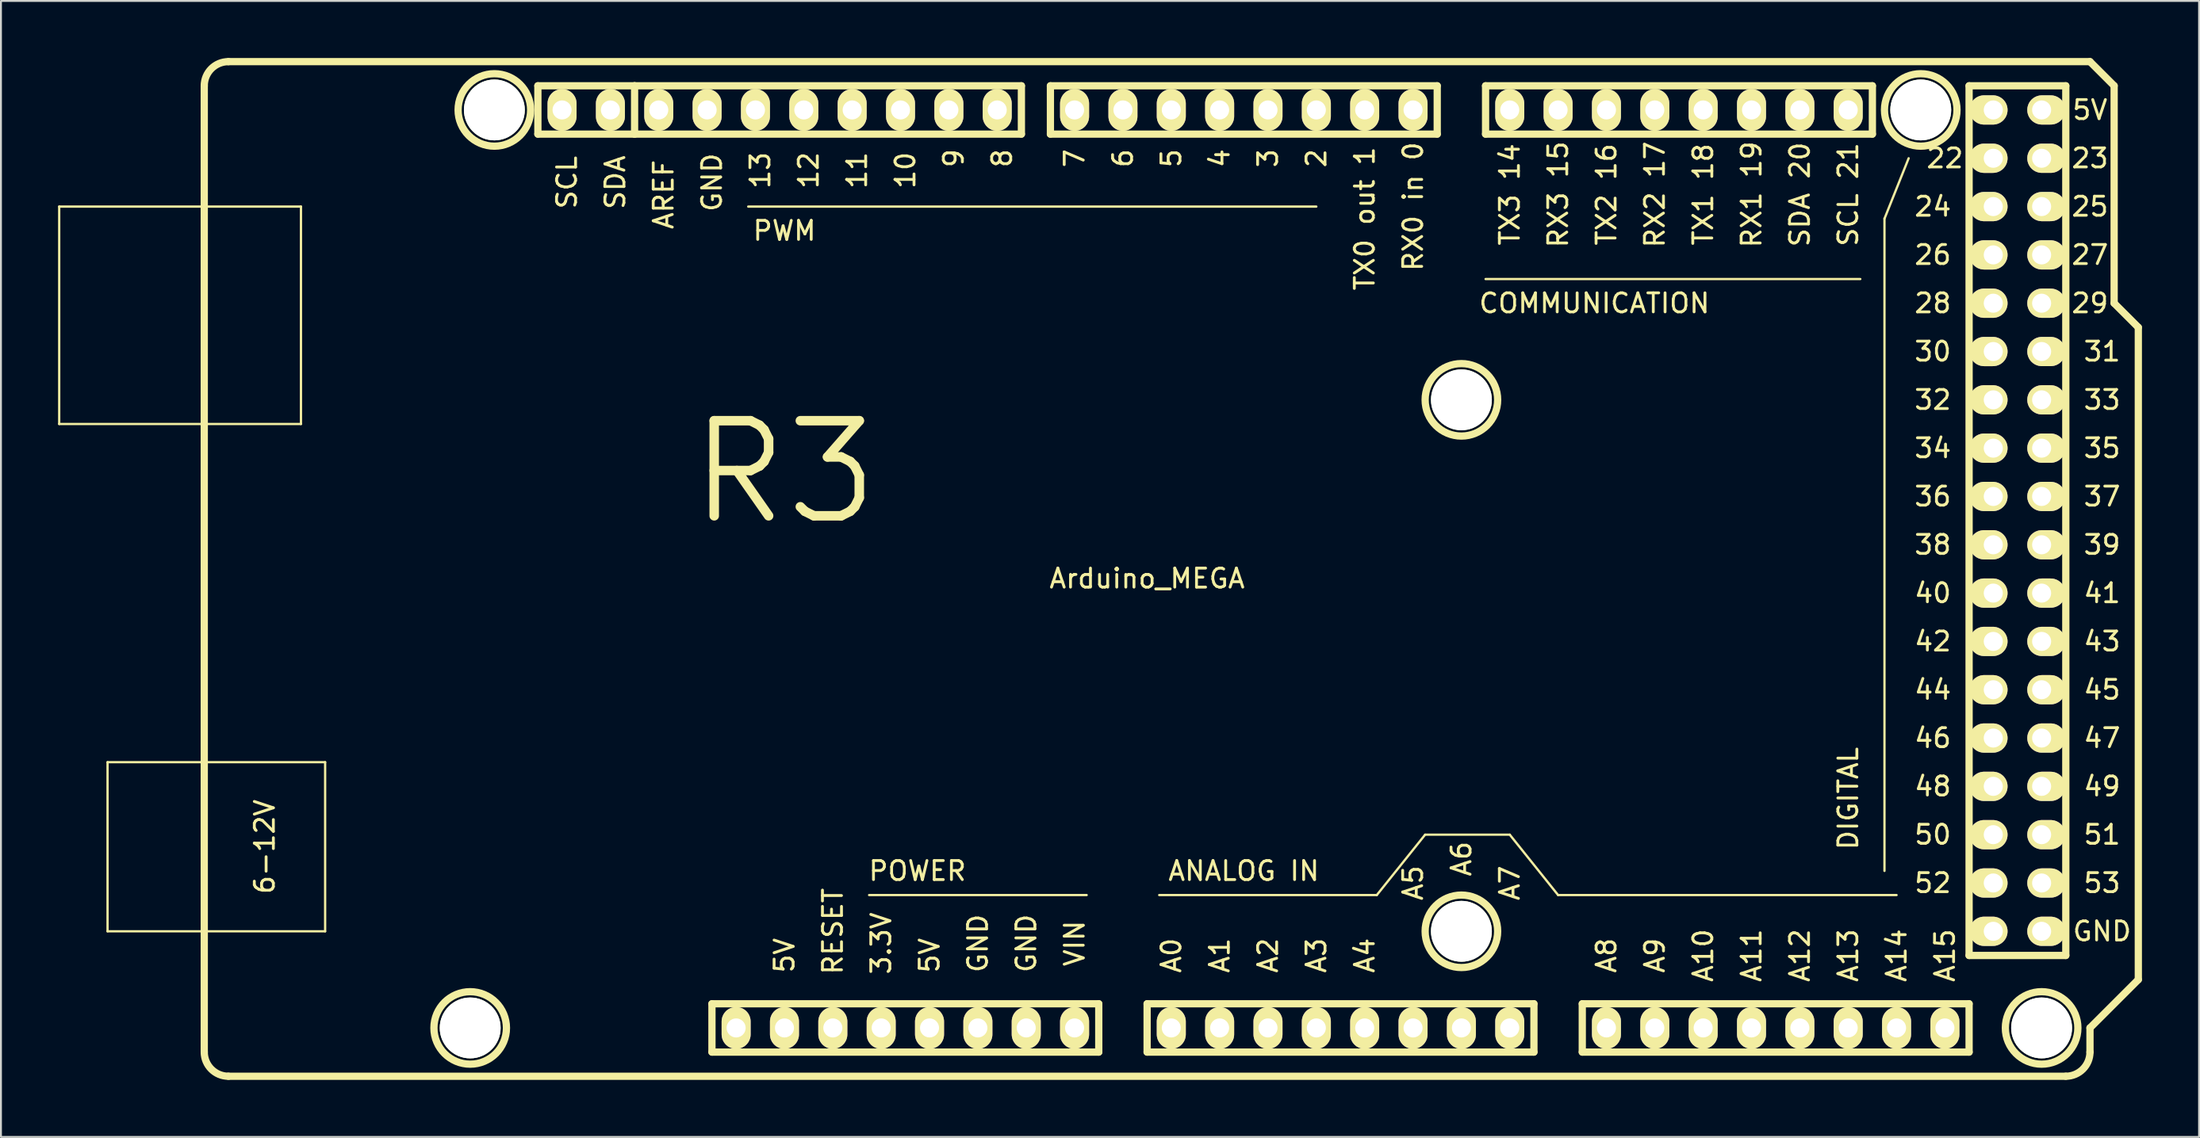
<source format=kicad_pcb>
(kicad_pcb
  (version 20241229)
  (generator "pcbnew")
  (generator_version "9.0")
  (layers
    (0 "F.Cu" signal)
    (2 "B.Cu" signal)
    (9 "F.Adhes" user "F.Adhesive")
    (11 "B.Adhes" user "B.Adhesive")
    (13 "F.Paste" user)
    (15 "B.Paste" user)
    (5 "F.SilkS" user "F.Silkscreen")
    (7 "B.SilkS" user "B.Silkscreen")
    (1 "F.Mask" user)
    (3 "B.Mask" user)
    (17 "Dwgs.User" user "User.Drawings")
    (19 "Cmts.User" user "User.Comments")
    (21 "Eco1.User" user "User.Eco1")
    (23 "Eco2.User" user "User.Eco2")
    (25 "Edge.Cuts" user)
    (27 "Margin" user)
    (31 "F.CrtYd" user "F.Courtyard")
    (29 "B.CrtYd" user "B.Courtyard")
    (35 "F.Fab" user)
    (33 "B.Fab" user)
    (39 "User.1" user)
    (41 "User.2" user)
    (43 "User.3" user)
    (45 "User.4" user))
  (footprint "Arduino_MEGA"
    (layer "F.Cu")
    (at 57.21 26.86)
    (property "Reference" "Arduino_MEGA" (at 0 0.5 0) (layer "F.SilkS") (effects (font (size 1 1) (thickness 0.15))))
    (attr through_hole)
    (fp_line (start -57.15 -19.05) (end -44.45 -19.05) (stroke (width 0.12) (type solid)) (layer "F.SilkS"))
    (fp_line (start -57.15 -7.62) (end -57.15 -19.05) (stroke (width 0.12) (type solid)) (layer "F.SilkS"))
    (fp_line (start -54.61 10.16) (end -43.18 10.16) (stroke (width 0.12) (type solid)) (layer "F.SilkS"))
    (fp_line (start -54.61 19.05) (end -54.61 10.16) (stroke (width 0.12) (type solid)) (layer "F.SilkS"))
    (fp_line (start -49.53 25.4) (end -49.53 -25.4) (stroke (width 0.381) (type solid)) (layer "F.SilkS"))
    (fp_line (start -48.26 -26.67) (end 49.53 -26.67) (stroke (width 0.381) (type solid)) (layer "F.SilkS"))
    (fp_line (start -48.26 26.67) (end 48.26 26.67) (stroke (width 0.381) (type solid)) (layer "F.SilkS"))
    (fp_line (start -44.45 -19.05) (end -44.45 -7.62) (stroke (width 0.12) (type solid)) (layer "F.SilkS"))
    (fp_line (start -44.45 -7.62) (end -57.15 -7.62) (stroke (width 0.12) (type solid)) (layer "F.SilkS"))
    (fp_line (start -43.18 10.16) (end -43.18 19.05) (stroke (width 0.12) (type solid)) (layer "F.SilkS"))
    (fp_line (start -43.18 19.05) (end -54.61 19.05) (stroke (width 0.12) (type solid)) (layer "F.SilkS"))
    (fp_line (start -32.004 -25.4) (end -32.004 -22.86) (stroke (width 0.381) (type solid)) (layer "F.SilkS"))
    (fp_line (start -32.004 -22.86) (end -26.924 -22.86) (stroke (width 0.381) (type solid)) (layer "F.SilkS"))
    (fp_line (start -26.924 -25.4) (end -32.004 -25.4) (stroke (width 0.381) (type solid)) (layer "F.SilkS"))
    (fp_line (start -26.924 -22.86) (end -26.924 -25.4) (stroke (width 0.381) (type solid)) (layer "F.SilkS"))
    (fp_line (start -22.86 25.4) (end -22.86 22.86) (stroke (width 0.381) (type solid)) (layer "F.SilkS"))
    (fp_line (start -22.86 25.4) (end -2.54 25.4) (stroke (width 0.381) (type solid)) (layer "F.SilkS"))
    (fp_line (start -14.605 17.145) (end -3.175 17.145) (stroke (width 0.12) (type solid)) (layer "F.SilkS"))
    (fp_line (start -6.604 -25.4) (end -26.924 -25.4) (stroke (width 0.381) (type solid)) (layer "F.SilkS"))
    (fp_line (start -6.604 -22.86) (end -26.924 -22.86) (stroke (width 0.381) (type solid)) (layer "F.SilkS"))
    (fp_line (start -6.604 -22.86) (end -6.604 -25.4) (stroke (width 0.381) (type solid)) (layer "F.SilkS"))
    (fp_line (start -5.08 -25.4) (end 15.24 -25.4) (stroke (width 0.381) (type solid)) (layer "F.SilkS"))
    (fp_line (start -5.08 -22.86) (end -5.08 -25.4) (stroke (width 0.381) (type solid)) (layer "F.SilkS"))
    (fp_line (start -2.54 22.86) (end -22.86 22.86) (stroke (width 0.381) (type solid)) (layer "F.SilkS"))
    (fp_line (start -2.54 22.86) (end -2.54 25.4) (stroke (width 0.381) (type solid)) (layer "F.SilkS"))
    (fp_line (start 0 22.86) (end 0 25.4) (stroke (width 0.381) (type solid)) (layer "F.SilkS"))
    (fp_line (start 0 25.4) (end 20.32 25.4) (stroke (width 0.381) (type solid)) (layer "F.SilkS"))
    (fp_line (start 0.635 17.145) (end 12.065 17.145) (stroke (width 0.12) (type solid)) (layer "F.SilkS"))
    (fp_line (start 8.89 -19.05) (end -20.955 -19.05) (stroke (width 0.12) (type solid)) (layer "F.SilkS"))
    (fp_line (start 12.065 17.145) (end 14.605 13.97) (stroke (width 0.12) (type solid)) (layer "F.SilkS"))
    (fp_line (start 14.605 13.97) (end 19.05 13.97) (stroke (width 0.12) (type solid)) (layer "F.SilkS"))
    (fp_line (start 15.24 -25.4) (end 15.24 -22.86) (stroke (width 0.381) (type solid)) (layer "F.SilkS"))
    (fp_line (start 15.24 -22.86) (end -5.08 -22.86) (stroke (width 0.381) (type solid)) (layer "F.SilkS"))
    (fp_line (start 17.78 -25.4) (end 17.78 -22.86) (stroke (width 0.381) (type solid)) (layer "F.SilkS"))
    (fp_line (start 17.78 -22.86) (end 38.1 -22.86) (stroke (width 0.381) (type solid)) (layer "F.SilkS"))
    (fp_line (start 17.78 -15.24) (end 37.465 -15.24) (stroke (width 0.12) (type solid)) (layer "F.SilkS"))
    (fp_line (start 19.05 13.97) (end 21.59 17.145) (stroke (width 0.12) (type solid)) (layer "F.SilkS"))
    (fp_line (start 20.32 22.86) (end 0 22.86) (stroke (width 0.381) (type solid)) (layer "F.SilkS"))
    (fp_line (start 20.32 25.4) (end 20.32 22.86) (stroke (width 0.381) (type solid)) (layer "F.SilkS"))
    (fp_line (start 21.59 17.145) (end 39.37 17.145) (stroke (width 0.12) (type solid)) (layer "F.SilkS"))
    (fp_line (start 22.86 22.86) (end 43.18 22.86) (stroke (width 0.381) (type solid)) (layer "F.SilkS"))
    (fp_line (start 22.86 25.4) (end 22.86 22.86) (stroke (width 0.381) (type solid)) (layer "F.SilkS"))
    (fp_line (start 38.1 -25.4) (end 17.78 -25.4) (stroke (width 0.381) (type solid)) (layer "F.SilkS"))
    (fp_line (start 38.1 -22.86) (end 38.1 -25.4) (stroke (width 0.381) (type solid)) (layer "F.SilkS"))
    (fp_line (start 38.735 15.875) (end 38.735 -18.415) (stroke (width 0.12) (type solid)) (layer "F.SilkS"))
    (fp_line (start 40.005 -21.59) (end 38.735 -18.415) (stroke (width 0.12) (type solid)) (layer "F.SilkS"))
    (fp_line (start 43.18 -25.4) (end 43.18 20.32) (stroke (width 0.381) (type solid)) (layer "F.SilkS"))
    (fp_line (start 43.18 20.32) (end 48.26 20.32) (stroke (width 0.381) (type solid)) (layer "F.SilkS"))
    (fp_line (start 43.18 22.86) (end 43.18 25.4) (stroke (width 0.381) (type solid)) (layer "F.SilkS"))
    (fp_line (start 43.18 25.4) (end 22.86 25.4) (stroke (width 0.381) (type solid)) (layer "F.SilkS"))
    (fp_line (start 48.26 -25.4) (end 43.18 -25.4) (stroke (width 0.381) (type solid)) (layer "F.SilkS"))
    (fp_line (start 48.26 20.32) (end 48.26 -25.4) (stroke (width 0.381) (type solid)) (layer "F.SilkS"))
    (fp_line (start 49.53 -26.67) (end 50.8 -25.4) (stroke (width 0.381) (type solid)) (layer "F.SilkS"))
    (fp_line (start 49.53 24.13) (end 49.53 25.4) (stroke (width 0.381) (type solid)) (layer "F.SilkS"))
    (fp_line (start 50.8 -25.4) (end 50.8 -13.97) (stroke (width 0.381) (type solid)) (layer "F.SilkS"))
    (fp_line (start 50.8 -13.97) (end 52.07 -12.7) (stroke (width 0.381) (type solid)) (layer "F.SilkS"))
    (fp_line (start 52.07 -12.7) (end 52.07 21.59) (stroke (width 0.381) (type solid)) (layer "F.SilkS"))
    (fp_line (start 52.07 21.59) (end 49.53 24.13) (stroke (width 0.381) (type solid)) (layer "F.SilkS"))
    (fp_arc (start -49.53 -25.4) (mid -49.158026 -26.298026) (end -48.26 -26.67) (stroke (width 0.381) (type solid)) (layer "F.SilkS"))
    (fp_arc (start -48.26 26.67) (mid -49.158026 26.298026) (end -49.53 25.4) (stroke (width 0.381) (type solid)) (layer "F.SilkS"))
    (fp_arc (start 49.53 25.4) (mid 49.158026 26.298026) (end 48.26 26.67) (stroke (width 0.381) (type solid)) (layer "F.SilkS"))
    (fp_circle (center -35.56 24.13) (end -33.655 24.13) (stroke (width 0.381) (type solid)) (fill no) (layer "F.SilkS"))
    (fp_circle (center -34.29 -24.13) (end -32.385 -24.13) (stroke (width 0.381) (type solid)) (fill no) (layer "F.SilkS"))
    (fp_circle (center 16.51 -8.89) (end 18.415 -8.89) (stroke (width 0.381) (type solid)) (fill no) (layer "F.SilkS"))
    (fp_circle (center 16.51 19.05) (end 18.415 19.05) (stroke (width 0.381) (type solid)) (fill no) (layer "F.SilkS"))
    (fp_circle (center 40.64 -24.13) (end 42.545 -24.13) (stroke (width 0.381) (type solid)) (fill no) (layer "F.SilkS"))
    (fp_circle (center 46.99 24.13) (end 48.895 24.13) (stroke (width 0.381) (type solid)) (fill no) (layer "F.SilkS"))
    (fp_text user "3" (at 6.35 -21.59 90) (layer "F.SilkS") (effects (font (size 1 1) (thickness 0.15))))
    (fp_text user "A14" (at 39.37 20.32 90) (layer "F.SilkS") (effects (font (size 1 1) (thickness 0.15))))
    (fp_text user "TX3 14" (at 19.05 -19.685 90) (layer "F.SilkS") (effects (font (size 1 1) (thickness 0.15))))
    (fp_text user "5V" (at -19.05 20.32 90) (layer "F.SilkS") (effects (font (size 1 1) (thickness 0.15))))
    (fp_text user "22" (at 41.91 -21.59 0) (layer "F.SilkS") (effects (font (size 1 1) (thickness 0.15))))
    (fp_text user "GND" (at -6.35 19.685 90) (layer "F.SilkS") (effects (font (size 1 1) (thickness 0.15))))
    (fp_text user "33" (at 50.165 -8.89 0) (layer "F.SilkS") (effects (font (size 1 1) (thickness 0.15))))
    (fp_text user "A15" (at 41.91 20.32 90) (layer "F.SilkS") (effects (font (size 1 1) (thickness 0.15))))
    (fp_text user "A8" (at 24.13 20.32 90) (layer "F.SilkS") (effects (font (size 1 1) (thickness 0.15))))
    (fp_text user "6" (at -1.27 -21.59 90) (layer "F.SilkS") (effects (font (size 1 1) (thickness 0.15))))
    (fp_text user "3.3V" (at -13.97 19.685 90) (layer "F.SilkS") (effects (font (size 1 1) (thickness 0.15))))
    (fp_text user "47" (at 50.165 8.89 0) (layer "F.SilkS") (effects (font (size 1 1) (thickness 0.15))))
    (fp_text user "5" (at 1.27 -21.59 90) (layer "F.SilkS") (effects (font (size 1 1) (thickness 0.15))))
    (fp_text user "SDA" (at -27.94 -20.32 90) (layer "F.SilkS") (effects (font (size 1 1) (thickness 0.15))))
    (fp_text user "POWER" (at -12.065 15.875 0) (layer "F.SilkS") (effects (font (size 1 1) (thickness 0.15))))
    (fp_text user "24" (at 41.275 -19.05 0) (layer "F.SilkS") (effects (font (size 1 1) (thickness 0.15))))
    (fp_text user "A5" (at 13.97 16.51 90) (layer "F.SilkS") (effects (font (size 1 1) (thickness 0.15))))
    (fp_text user "DIGITAL" (at 36.83 12.065 90) (layer "F.SilkS") (effects (font (size 1 1) (thickness 0.15))))
    (fp_text user "A1" (at 3.81 20.32 90) (layer "F.SilkS") (effects (font (size 1 1) (thickness 0.15))))
    (fp_text user "5V" (at 49.53 -24.13 0) (layer "F.SilkS") (effects (font (size 1 1) (thickness 0.15))))
    (fp_text user "8" (at -7.62 -21.59 90) (layer "F.SilkS") (effects (font (size 1 1) (thickness 0.15))))
    (fp_text user "A11" (at 31.75 20.32 90) (layer "F.SilkS") (effects (font (size 1 1) (thickness 0.15))))
    (fp_text user "11" (at -15.24 -20.955 90) (layer "F.SilkS") (effects (font (size 1 1) (thickness 0.15))))
    (fp_text user "RESET" (at -16.51 19.05 90) (layer "F.SilkS") (effects (font (size 1 1) (thickness 0.15))))
    (fp_text user "37" (at 50.165 -3.81 0) (layer "F.SilkS") (effects (font (size 1 1) (thickness 0.15))))
    (fp_text user "26" (at 41.275 -16.51 0) (layer "F.SilkS") (effects (font (size 1 1) (thickness 0.15))))
    (fp_text user "42" (at 41.275 3.81 0) (layer "F.SilkS") (effects (font (size 1 1) (thickness 0.15))))
    (fp_text user "TX1 18" (at 29.21 -19.685 90) (layer "F.SilkS") (effects (font (size 1 1) (thickness 0.15))))
    (fp_text user "GND" (at -8.89 19.685 90) (layer "F.SilkS") (effects (font (size 1 1) (thickness 0.15))))
    (fp_text user "A7" (at 19.05 16.51 90) (layer "F.SilkS") (effects (font (size 1 1) (thickness 0.15))))
    (fp_text user "A2" (at 6.35 20.32 90) (layer "F.SilkS") (effects (font (size 1 1) (thickness 0.15))))
    (fp_text user "39" (at 50.165 -1.27 0) (layer "F.SilkS") (effects (font (size 1 1) (thickness 0.15))))
    (fp_text user "9" (at -10.16 -21.59 90) (layer "F.SilkS") (effects (font (size 1 1) (thickness 0.15))))
    (fp_text user "48" (at 41.275 11.43 0) (layer "F.SilkS") (effects (font (size 1 1) (thickness 0.15))))
    (fp_text user "4" (at 3.81 -21.59 90) (layer "F.SilkS") (effects (font (size 1 1) (thickness 0.15))))
    (fp_text user "R3" (at -19.05 -5.08 0) (layer "F.SilkS") (effects (font (size 5 5) (thickness 0.5))))
    (fp_text user "32" (at 41.275 -8.89 0) (layer "F.SilkS") (effects (font (size 1 1) (thickness 0.15))))
    (fp_text user "27" (at 49.53 -16.51 0) (layer "F.SilkS") (effects (font (size 1 1) (thickness 0.15))))
    (fp_text user "ANALOG IN" (at 5.08 15.875 0) (layer "F.SilkS") (effects (font (size 1 1) (thickness 0.15))))
    (fp_text user "44" (at 41.275 6.35 0) (layer "F.SilkS") (effects (font (size 1 1) (thickness 0.15))))
    (fp_text user "49" (at 50.165 11.43 0) (layer "F.SilkS") (effects (font (size 1 1) (thickness 0.15))))
    (fp_text user "TX0 out 1" (at 11.43 -18.415 90) (layer "F.SilkS") (effects (font (size 1 1) (thickness 0.15))))
    (fp_text user "RX0 in 0" (at 13.97 -19.05 90) (layer "F.SilkS") (effects (font (size 1 1) (thickness 0.15))))
    (fp_text user "12" (at -17.78 -20.955 90) (layer "F.SilkS") (effects (font (size 1 1) (thickness 0.15))))
    (fp_text user "40" (at 41.275 1.27 0) (layer "F.SilkS") (effects (font (size 1 1) (thickness 0.15))))
    (fp_text user "SCL 21" (at 36.83 -19.685 90) (layer "F.SilkS") (effects (font (size 1 1) (thickness 0.15))))
    (fp_text user "A4" (at 11.43 20.32 90) (layer "F.SilkS") (effects (font (size 1 1) (thickness 0.15))))
    (fp_text user "A10" (at 29.21 20.32 90) (layer "F.SilkS") (effects (font (size 1 1) (thickness 0.15))))
    (fp_text user "PWM" (at -19.05 -17.78 0) (layer "F.SilkS") (effects (font (size 1 1) (thickness 0.15))))
    (fp_text user "VIN" (at -3.81 19.685 90) (layer "F.SilkS") (effects (font (size 1 1) (thickness 0.15))))
    (fp_text user "36" (at 41.275 -3.81 0) (layer "F.SilkS") (effects (font (size 1 1) (thickness 0.15))))
    (fp_text user "10" (at -12.7 -20.955 90) (layer "F.SilkS") (effects (font (size 1 1) (thickness 0.15))))
    (fp_text user "13" (at -20.32 -20.955 90) (layer "F.SilkS") (effects (font (size 1 1) (thickness 0.15))))
    (fp_text user "A3" (at 8.89 20.32 90) (layer "F.SilkS") (effects (font (size 1 1) (thickness 0.15))))
    (fp_text user "38" (at 41.275 -1.27 0) (layer "F.SilkS") (effects (font (size 1 1) (thickness 0.15))))
    (fp_text user "A9" (at 26.67 20.32 90) (layer "F.SilkS") (effects (font (size 1 1) (thickness 0.15))))
    (fp_text user "SDA 20" (at 34.29 -19.685 90) (layer "F.SilkS") (effects (font (size 1 1) (thickness 0.15))))
    (fp_text user "35" (at 50.165 -6.35 0) (layer "F.SilkS") (effects (font (size 1 1) (thickness 0.15))))
    (fp_text user "AREF" (at -25.4 -19.685 90) (layer "F.SilkS") (effects (font (size 1 1) (thickness 0.15))))
    (fp_text user "34" (at 41.275 -6.35 0) (layer "F.SilkS") (effects (font (size 1 1) (thickness 0.15))))
    (fp_text user "51" (at 50.165 13.97 0) (layer "F.SilkS") (effects (font (size 1 1) (thickness 0.15))))
    (fp_text user "RX3 15" (at 21.59 -19.685 90) (layer "F.SilkS") (effects (font (size 1 1) (thickness 0.15))))
    (fp_text user "5V" (at -11.43 20.32 90) (layer "F.SilkS") (effects (font (size 1 1) (thickness 0.15))))
    (fp_text user "52" (at 41.275 16.51 0) (layer "F.SilkS") (effects (font (size 1 1) (thickness 0.15))))
    (fp_text user "A0" (at 1.27 20.32 90) (layer "F.SilkS") (effects (font (size 1 1) (thickness 0.15))))
    (fp_text user "7" (at -3.81 -21.59 90) (layer "F.SilkS") (effects (font (size 1 1) (thickness 0.15))))
    (fp_text user "6-12V" (at -46.355 14.605 90) (layer "F.SilkS") (effects (font (size 1 1) (thickness 0.15))))
    (fp_text user "23" (at 49.53 -21.59 0) (layer "F.SilkS") (effects (font (size 1 1) (thickness 0.15))))
    (fp_text user "GND" (at 50.165 19.05 0) (layer "F.SilkS") (effects (font (size 1 1) (thickness 0.15))))
    (fp_text user "28" (at 41.275 -13.97 0) (layer "F.SilkS") (effects (font (size 1 1) (thickness 0.15))))
    (fp_text user "SCL" (at -30.48 -20.32 90) (layer "F.SilkS") (effects (font (size 1 1) (thickness 0.15))))
    (fp_text user "RX1 19" (at 31.75 -19.685 90) (layer "F.SilkS") (effects (font (size 1 1) (thickness 0.15))))
    (fp_text user "A13" (at 36.83 20.32 90) (layer "F.SilkS") (effects (font (size 1 1) (thickness 0.15))))
    (fp_text user "30" (at 41.275 -11.43 0) (layer "F.SilkS") (effects (font (size 1 1) (thickness 0.15))))
    (fp_text user "43" (at 50.165 3.81 0) (layer "F.SilkS") (effects (font (size 1 1) (thickness 0.15))))
    (fp_text user "RX2 17" (at 26.67 -19.685 90) (layer "F.SilkS") (effects (font (size 1 1) (thickness 0.15))))
    (fp_text user "50" (at 41.275 13.97 0) (layer "F.SilkS") (effects (font (size 1 1) (thickness 0.15))))
    (fp_text user "2" (at 8.89 -21.59 90) (layer "F.SilkS") (effects (font (size 1 1) (thickness 0.15))))
    (fp_text user "A12" (at 34.29 20.32 90) (layer "F.SilkS") (effects (font (size 1 1) (thickness 0.15))))
    (fp_text user "45" (at 50.165 6.35 0) (layer "F.SilkS") (effects (font (size 1 1) (thickness 0.15))))
    (fp_text user "TX2 16" (at 24.13 -19.685 90) (layer "F.SilkS") (effects (font (size 1 1) (thickness 0.15))))
    (fp_text user "25" (at 49.53 -19.05 0) (layer "F.SilkS") (effects (font (size 1 1) (thickness 0.15))))
    (fp_text user "29" (at 49.53 -13.97 0) (layer "F.SilkS") (effects (font (size 1 1) (thickness 0.15))))
    (fp_text user "46" (at 41.275 8.89 0) (layer "F.SilkS") (effects (font (size 1 1) (thickness 0.15))))
    (fp_text user "GND" (at -22.86 -20.32 90) (layer "F.SilkS") (effects (font (size 1 1) (thickness 0.15))))
    (fp_text user "53" (at 50.165 16.51 0) (layer "F.SilkS") (effects (font (size 1 1) (thickness 0.15))))
    (fp_text user "41" (at 50.165 1.27 0) (layer "F.SilkS") (effects (font (size 1 1) (thickness 0.15))))
    (fp_text user "A6" (at 16.51 15.24 90) (layer "F.SilkS") (effects (font (size 1 1) (thickness 0.15))))
    (fp_text user "31" (at 50.165 -11.43 0) (layer "F.SilkS") (effects (font (size 1 1) (thickness 0.15))))
    (fp_text user "COMMUNICATION" (at 23.495 -13.97 0) (layer "F.SilkS") (effects (font (size 1 1) (thickness 0.15))))
    (pad "" np_thru_hole circle (at -35.56 24.13) (size 3.198 3.198) (drill 3.198) (layers "*.Cu" "*.Mask" "F.SilkS"))
    (pad "" np_thru_hole circle (at -34.29 -24.13) (size 3.198 3.198) (drill 3.198) (layers "*.Cu" "*.Mask" "F.SilkS"))
    (pad "" np_thru_hole circle (at 16.51 -8.89) (size 3.198 3.198) (drill 3.198) (layers "*.Cu" "*.Mask" "F.SilkS"))
    (pad "" np_thru_hole circle (at 16.51 19.05) (size 3.198 3.198) (drill 3.198) (layers "*.Cu" "*.Mask" "F.SilkS"))
    (pad "" np_thru_hole circle (at 40.64 -24.13) (size 3.198 3.198) (drill 3.198) (layers "*.Cu" "*.Mask" "F.SilkS"))
    (pad "" np_thru_hole circle (at 46.99 24.13) (size 3.198 3.198) (drill 3.198) (layers "*.Cu" "*.Mask" "F.SilkS"))
    (pad "1" thru_hole oval (at -21.59 24.13) (size 1.524 2.2) (drill 1.001) (layers "*.Cu" "*.Mask" "F.SilkS"))
    (pad "2" thru_hole oval (at -19.05 24.13) (size 1.524 2.2) (drill 1.001) (layers "*.Cu" "*.Mask" "F.SilkS"))
    (pad "3" thru_hole oval (at -16.51 24.13) (size 1.524 2.2) (drill 1.001) (layers "*.Cu" "*.Mask" "F.SilkS"))
    (pad "4" thru_hole oval (at -13.97 24.13) (size 1.524 2.2) (drill 1.001) (layers "*.Cu" "*.Mask" "F.SilkS"))
    (pad "5" thru_hole oval (at -11.43 24.13) (size 1.524 2.2) (drill 1.001) (layers "*.Cu" "*.Mask" "F.SilkS"))
    (pad "6" thru_hole oval (at -8.89 24.13) (size 1.524 2.2) (drill 1.001) (layers "*.Cu" "*.Mask" "F.SilkS"))
    (pad "7" thru_hole oval (at -6.35 24.13) (size 1.524 2.2) (drill 1.001) (layers "*.Cu" "*.Mask" "F.SilkS"))
    (pad "8" thru_hole oval (at -3.81 24.13) (size 1.524 2.2) (drill 1.001) (layers "*.Cu" "*.Mask" "F.SilkS"))
    (pad "9" thru_hole oval (at 1.27 24.13) (size 1.524 2.2) (drill 1.001) (layers "*.Cu" "*.Mask" "F.SilkS"))
    (pad "10" thru_hole oval (at 3.81 24.13) (size 1.524 2.2) (drill 1.001) (layers "*.Cu" "*.Mask" "F.SilkS"))
    (pad "11" thru_hole oval (at 6.35 24.13) (size 1.524 2.2) (drill 1.001) (layers "*.Cu" "*.Mask" "F.SilkS"))
    (pad "12" thru_hole oval (at 8.89 24.13) (size 1.524 2.2) (drill 1.001) (layers "*.Cu" "*.Mask" "F.SilkS"))
    (pad "13" thru_hole oval (at 11.43 24.13) (size 1.524 2.2) (drill 1.001) (layers "*.Cu" "*.Mask" "F.SilkS"))
    (pad "14" thru_hole oval (at 13.97 24.13) (size 1.524 2.2) (drill 1.001) (layers "*.Cu" "*.Mask" "F.SilkS"))
    (pad "15" thru_hole oval (at 16.51 24.13) (size 1.524 2.2) (drill 1.001) (layers "*.Cu" "*.Mask" "F.SilkS"))
    (pad "16" thru_hole oval (at 19.05 24.13) (size 1.524 2.2) (drill 1.001) (layers "*.Cu" "*.Mask" "F.SilkS"))
    (pad "17" thru_hole oval (at 24.13 24.13) (size 1.524 2.2) (drill 1.001) (layers "*.Cu" "*.Mask" "F.SilkS"))
    (pad "18" thru_hole oval (at 26.67 24.13) (size 1.524 2.2) (drill 1.001) (layers "*.Cu" "*.Mask" "F.SilkS"))
    (pad "19" thru_hole oval (at 29.21 24.13) (size 1.524 2.2) (drill 1.001) (layers "*.Cu" "*.Mask" "F.SilkS"))
    (pad "20" thru_hole oval (at 31.75 24.13) (size 1.524 2.197) (drill 1.001) (layers "*.Cu" "*.Mask" "F.SilkS"))
    (pad "21" thru_hole oval (at 34.29 24.13) (size 1.524 2.197) (drill 1.001) (layers "*.Cu" "*.Mask" "F.SilkS"))
    (pad "22" thru_hole oval (at 36.83 24.13) (size 1.524 2.197) (drill 1.001) (layers "*.Cu" "*.Mask" "F.SilkS"))
    (pad "23" thru_hole oval (at 39.37 24.13) (size 1.524 2.197) (drill 1.001) (layers "*.Cu" "*.Mask" "F.SilkS"))
    (pad "24" thru_hole oval (at 41.91 24.13) (size 1.524 2.197) (drill 1.001) (layers "*.Cu" "*.Mask" "F.SilkS"))
    (pad "25" thru_hole oval (at 44.45 19.05) (size 1.999 1.539) (drill 1.001 (offset -0.249 0)) (layers "*.Cu" "*.Mask" "F.SilkS"))
    (pad "26" thru_hole oval (at 44.45 16.51) (size 1.999 1.539) (drill 1.001 (offset -0.249 0)) (layers "*.Cu" "*.Mask" "F.SilkS"))
    (pad "27" thru_hole oval (at 44.45 13.97) (size 1.999 1.539) (drill 1.001 (offset -0.249 0)) (layers "*.Cu" "*.Mask" "F.SilkS"))
    (pad "28" thru_hole oval (at 44.45 11.43) (size 1.999 1.539) (drill 1.001 (offset -0.249 0)) (layers "*.Cu" "*.Mask" "F.SilkS"))
    (pad "29" thru_hole oval (at 44.45 8.89) (size 1.999 1.539) (drill 1.001 (offset -0.249 0)) (layers "*.Cu" "*.Mask" "F.SilkS"))
    (pad "30" thru_hole oval (at 44.45 6.35) (size 1.999 1.539) (drill 1.001 (offset -0.249 0)) (layers "*.Cu" "*.Mask" "F.SilkS"))
    (pad "31" thru_hole oval (at 44.45 3.81) (size 1.999 1.539) (drill 1.001 (offset -0.249 0)) (layers "*.Cu" "*.Mask" "F.SilkS"))
    (pad "32" thru_hole oval (at 44.45 1.27) (size 1.999 1.539) (drill 1.001 (offset -0.249 0)) (layers "*.Cu" "*.Mask" "F.SilkS"))
    (pad "33" thru_hole oval (at 44.45 -1.27) (size 1.999 1.539) (drill 1.001 (offset -0.249 0)) (layers "*.Cu" "*.Mask" "F.SilkS"))
    (pad "34" thru_hole oval (at 44.45 -3.81) (size 1.999 1.539) (drill 1.001 (offset -0.249 0)) (layers "*.Cu" "*.Mask" "F.SilkS"))
    (pad "35" thru_hole oval (at 44.45 -6.35) (size 1.999 1.539) (drill 1.001 (offset -0.249 0)) (layers "*.Cu" "*.Mask" "F.SilkS"))
    (pad "36" thru_hole oval (at 44.45 -8.89) (size 1.999 1.539) (drill 1.001 (offset -0.249 0)) (layers "*.Cu" "*.Mask" "F.SilkS"))
    (pad "37" thru_hole oval (at 44.45 -11.43) (size 1.999 1.539) (drill 1.001 (offset -0.249 0)) (layers "*.Cu" "*.Mask" "F.SilkS"))
    (pad "38" thru_hole oval (at 44.45 -13.97) (size 1.999 1.539) (drill 1.001 (offset -0.249 0)) (layers "*.Cu" "*.Mask" "F.SilkS"))
    (pad "39" thru_hole oval (at 44.45 -16.51) (size 1.999 1.539) (drill 1.001 (offset -0.249 0)) (layers "*.Cu" "*.Mask" "F.SilkS"))
    (pad "40" thru_hole oval (at 44.45 -19.05) (size 1.999 1.539) (drill 1.001 (offset -0.249 0)) (layers "*.Cu" "*.Mask" "F.SilkS"))
    (pad "41" thru_hole oval (at 44.45 -21.59) (size 1.999 1.539) (drill 1.001 (offset -0.249 0)) (layers "*.Cu" "*.Mask" "F.SilkS"))
    (pad "42" thru_hole oval (at 44.45 -24.13) (size 1.999 1.539) (drill 1.001 (offset -0.249 0)) (layers "*.Cu" "*.Mask" "F.SilkS"))
    (pad "43" thru_hole oval (at 46.99 19.05) (size 1.999 1.537) (drill 1.001 (offset 0.246 0)) (layers "*.Cu" "*.Mask" "F.SilkS"))
    (pad "44" thru_hole oval (at 46.99 16.51) (size 1.999 1.537) (drill 1.001 (offset 0.246 0)) (layers "*.Cu" "*.Mask" "F.SilkS"))
    (pad "45" thru_hole oval (at 46.99 13.97) (size 1.999 1.537) (drill 1.001 (offset 0.246 0)) (layers "*.Cu" "*.Mask" "F.SilkS"))
    (pad "46" thru_hole oval (at 46.99 11.43) (size 1.999 1.537) (drill 1.001 (offset 0.246 0)) (layers "*.Cu" "*.Mask" "F.SilkS"))
    (pad "47" thru_hole oval (at 46.99 8.89) (size 1.999 1.537) (drill 1.001 (offset 0.246 0)) (layers "*.Cu" "*.Mask" "F.SilkS"))
    (pad "48" thru_hole oval (at 46.99 6.35) (size 1.999 1.537) (drill 1.001 (offset 0.246 0)) (layers "*.Cu" "*.Mask" "F.SilkS"))
    (pad "49" thru_hole oval (at 46.99 3.81) (size 1.999 1.537) (drill 1.001 (offset 0.246 0)) (layers "*.Cu" "*.Mask" "F.SilkS"))
    (pad "50" thru_hole oval (at 46.99 1.27) (size 1.999 1.537) (drill 1.001 (offset 0.246 0)) (layers "*.Cu" "*.Mask" "F.SilkS"))
    (pad "51" thru_hole oval (at 46.99 -1.27) (size 1.999 1.537) (drill 1.001 (offset 0.246 0)) (layers "*.Cu" "*.Mask" "F.SilkS"))
    (pad "52" thru_hole oval (at 46.99 -3.81) (size 1.999 1.537) (drill 1.001 (offset 0.246 0)) (layers "*.Cu" "*.Mask" "F.SilkS"))
    (pad "53" thru_hole oval (at 46.99 -6.35) (size 1.999 1.537) (drill 1.001 (offset 0.246 0)) (layers "*.Cu" "*.Mask" "F.SilkS"))
    (pad "54" thru_hole oval (at 46.99 -8.89) (size 1.999 1.537) (drill 1.001 (offset 0.246 0)) (layers "*.Cu" "*.Mask" "F.SilkS"))
    (pad "55" thru_hole oval (at 46.99 -11.43) (size 1.999 1.537) (drill 1.001 (offset 0.246 0)) (layers "*.Cu" "*.Mask" "F.SilkS"))
    (pad "56" thru_hole oval (at 46.99 -13.97) (size 1.999 1.537) (drill 1.001 (offset 0.246 0)) (layers "*.Cu" "*.Mask" "F.SilkS"))
    (pad "57" thru_hole oval (at 46.99 -16.51) (size 1.999 1.537) (drill 1.001 (offset 0.246 0)) (layers "*.Cu" "*.Mask" "F.SilkS"))
    (pad "58" thru_hole oval (at 46.99 -19.05) (size 1.999 1.537) (drill 1.001 (offset 0.246 0)) (layers "*.Cu" "*.Mask" "F.SilkS"))
    (pad "59" thru_hole oval (at 46.99 -21.59) (size 1.999 1.537) (drill 1.001 (offset 0.246 0)) (layers "*.Cu" "*.Mask" "F.SilkS"))
    (pad "60" thru_hole oval (at 46.99 -24.13) (size 1.999 1.537) (drill 1.001 (offset 0.246 0)) (layers "*.Cu" "*.Mask" "F.SilkS"))
    (pad "61" thru_hole oval (at 36.83 -24.13) (size 1.524 2.197) (drill 1.001) (layers "*.Cu" "*.Mask" "F.SilkS"))
    (pad "62" thru_hole oval (at 34.29 -24.13) (size 1.524 2.197) (drill 1.001) (layers "*.Cu" "*.Mask" "F.SilkS"))
    (pad "63" thru_hole oval (at 31.75 -24.13) (size 1.524 2.197) (drill 1.001) (layers "*.Cu" "*.Mask" "F.SilkS"))
    (pad "64" thru_hole oval (at 29.21 -24.13) (size 1.524 2.197) (drill 1.001) (layers "*.Cu" "*.Mask" "F.SilkS"))
    (pad "65" thru_hole oval (at 26.67 -24.13) (size 1.524 2.197) (drill 1.001) (layers "*.Cu" "*.Mask" "F.SilkS"))
    (pad "66" thru_hole oval (at 24.13 -24.13) (size 1.524 2.197) (drill 1.001) (layers "*.Cu" "*.Mask" "F.SilkS"))
    (pad "67" thru_hole oval (at 21.59 -24.13) (size 1.524 2.197) (drill 1.001) (layers "*.Cu" "*.Mask" "F.SilkS"))
    (pad "68" thru_hole oval (at 19.05 -24.13) (size 1.524 2.197) (drill 1.001) (layers "*.Cu" "*.Mask" "F.SilkS"))
    (pad "69" thru_hole oval (at 13.97 -24.13) (size 1.524 2.197) (drill 1.001) (layers "*.Cu" "*.Mask" "F.SilkS"))
    (pad "70" thru_hole oval (at 11.43 -24.13) (size 1.524 2.197) (drill 1.001) (layers "*.Cu" "*.Mask" "F.SilkS"))
    (pad "71" thru_hole oval (at 8.89 -24.13) (size 1.524 2.197) (drill 1.001) (layers "*.Cu" "*.Mask" "F.SilkS"))
    (pad "72" thru_hole oval (at 6.35 -24.13) (size 1.524 2.197) (drill 1.001) (layers "*.Cu" "*.Mask" "F.SilkS"))
    (pad "73" thru_hole oval (at 3.81 -24.13) (size 1.524 2.197) (drill 1.001) (layers "*.Cu" "*.Mask" "F.SilkS"))
    (pad "74" thru_hole oval (at 1.27 -24.13) (size 1.524 2.197) (drill 1.001) (layers "*.Cu" "*.Mask" "F.SilkS"))
    (pad "75" thru_hole oval (at -1.27 -24.13) (size 1.524 2.197) (drill 1.001) (layers "*.Cu" "*.Mask" "F.SilkS"))
    (pad "76" thru_hole oval (at -3.81 -24.13) (size 1.524 2.197) (drill 1.001) (layers "*.Cu" "*.Mask" "F.SilkS"))
    (pad "77" thru_hole oval (at -7.874 -24.13) (size 1.524 2.197) (drill 1.001) (layers "*.Cu" "*.Mask" "F.SilkS"))
    (pad "78" thru_hole oval (at -10.414 -24.13) (size 1.524 2.197) (drill 1.001) (layers "*.Cu" "*.Mask" "F.SilkS"))
    (pad "79" thru_hole oval (at -12.954 -24.13) (size 1.524 2.197) (drill 1.001) (layers "*.Cu" "*.Mask" "F.SilkS"))
    (pad "80" thru_hole oval (at -15.494 -24.13) (size 1.524 2.197) (drill 1.001) (layers "*.Cu" "*.Mask" "F.SilkS"))
    (pad "81" thru_hole oval (at -18.034 -24.13) (size 1.524 2.197) (drill 1.001) (layers "*.Cu" "*.Mask" "F.SilkS"))
    (pad "82" thru_hole oval (at -20.574 -24.13) (size 1.524 2.197) (drill 1.001) (layers "*.Cu" "*.Mask" "F.SilkS"))
    (pad "83" thru_hole oval (at -23.114 -24.13) (size 1.524 2.197) (drill 1.001) (layers "*.Cu" "*.Mask" "F.SilkS"))
    (pad "84" thru_hole oval (at -25.654 -24.13) (size 1.524 2.197) (drill 1.001) (layers "*.Cu" "*.Mask" "F.SilkS"))
    (pad "85" thru_hole oval (at -28.194 -24.13) (size 1.524 2.197) (drill 1.001) (layers "*.Cu" "*.Mask" "F.SilkS"))
    (pad "86" thru_hole oval (at -30.734 -24.13) (size 1.524 2.197) (drill 1.001) (layers "*.Cu" "*.Mask" "F.SilkS")))
  (gr_rect
    (start -3 -3)
    (end 112.471 56.721)
    (stroke (width 0.1) (type default))
    (fill no)
    (layer "Edge.Cuts")))
</source>
